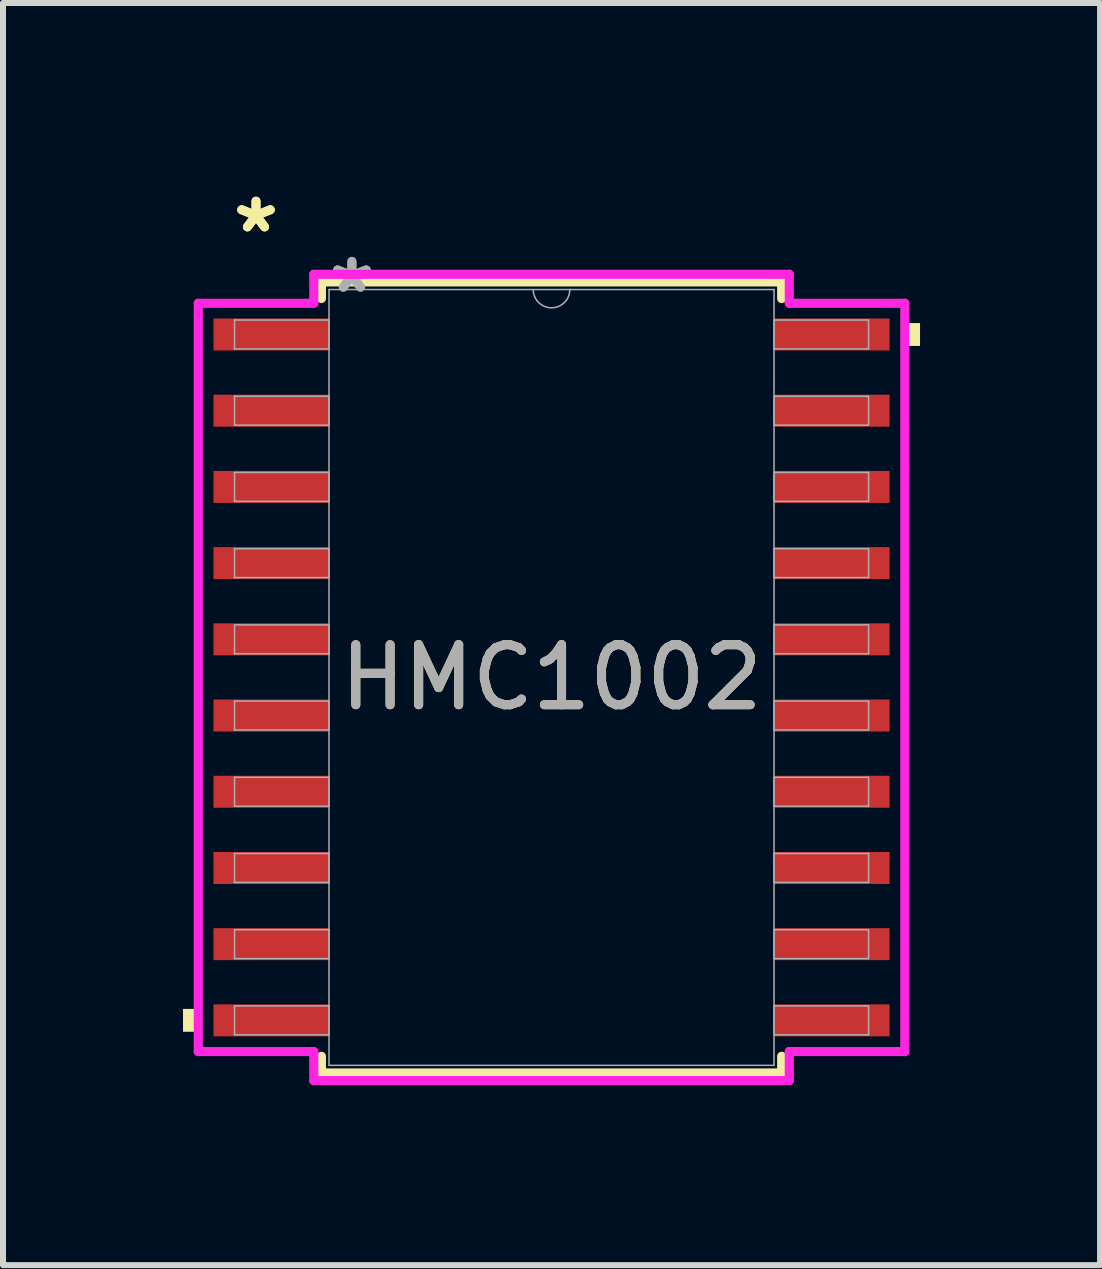
<source format=kicad_pcb>
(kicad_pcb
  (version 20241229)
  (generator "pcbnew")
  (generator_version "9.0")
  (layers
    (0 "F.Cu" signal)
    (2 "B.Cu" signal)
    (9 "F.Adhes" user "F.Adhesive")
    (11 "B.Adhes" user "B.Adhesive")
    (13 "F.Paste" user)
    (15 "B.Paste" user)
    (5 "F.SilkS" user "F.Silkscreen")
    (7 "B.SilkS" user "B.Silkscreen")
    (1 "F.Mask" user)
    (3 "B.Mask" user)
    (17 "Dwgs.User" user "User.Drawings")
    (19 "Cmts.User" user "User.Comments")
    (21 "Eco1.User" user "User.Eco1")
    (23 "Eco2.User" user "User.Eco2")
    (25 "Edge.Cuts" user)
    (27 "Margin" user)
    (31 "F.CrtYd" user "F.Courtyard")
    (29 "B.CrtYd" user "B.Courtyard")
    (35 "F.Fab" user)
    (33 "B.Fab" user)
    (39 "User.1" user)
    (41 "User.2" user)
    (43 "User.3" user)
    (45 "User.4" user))
  (footprint "HMC1002"
    (layer "F.Cu")
    (at 6.141 8.239)
    (property "Reference" "HMC1002" (at 0 0 0) (unlocked yes) (layer "F.SilkS") (effects (font (size 1 1) (thickness 0.15))))
    (attr smd)
    (fp_line (start -3.835 -6.591) (end -3.835 -6.314) (stroke (width 0.152) (type solid)) (layer "F.SilkS"))
    (fp_line (start -3.835 6.314) (end -3.835 6.591) (stroke (width 0.152) (type solid)) (layer "F.SilkS"))
    (fp_line (start -3.835 6.591) (end 3.835 6.591) (stroke (width 0.152) (type solid)) (layer "F.SilkS"))
    (fp_line (start 3.835 -6.591) (end -3.835 -6.591) (stroke (width 0.152) (type solid)) (layer "F.SilkS"))
    (fp_line (start 3.835 -6.314) (end 3.835 -6.591) (stroke (width 0.152) (type solid)) (layer "F.SilkS"))
    (fp_line (start 3.835 6.591) (end 3.835 6.314) (stroke (width 0.152) (type solid)) (layer "F.SilkS"))
    (fp_poly (pts (xy -6.141 5.524) (xy -6.141 5.905) (xy -5.887 5.905) (xy -5.887 5.524)) (stroke (width 0) (type solid)) (fill yes) (layer "F.SilkS"))
    (fp_poly (pts (xy 6.141 -5.905) (xy 6.141 -5.524) (xy 5.887 -5.524) (xy 5.887 -5.905)) (stroke (width 0) (type solid)) (fill yes) (layer "F.SilkS"))
    (fp_line (start -5.887 -6.235) (end -3.962 -6.235) (stroke (width 0.152) (type solid)) (layer "F.CrtYd"))
    (fp_line (start -5.887 6.235) (end -5.887 -6.235) (stroke (width 0.152) (type solid)) (layer "F.CrtYd"))
    (fp_line (start -5.887 6.235) (end -3.962 6.235) (stroke (width 0.152) (type solid)) (layer "F.CrtYd"))
    (fp_line (start -3.962 -6.718) (end 3.962 -6.718) (stroke (width 0.152) (type solid)) (layer "F.CrtYd"))
    (fp_line (start -3.962 -6.235) (end -3.962 -6.718) (stroke (width 0.152) (type solid)) (layer "F.CrtYd"))
    (fp_line (start -3.962 6.718) (end -3.962 6.235) (stroke (width 0.152) (type solid)) (layer "F.CrtYd"))
    (fp_line (start 3.962 -6.718) (end 3.962 -6.235) (stroke (width 0.152) (type solid)) (layer "F.CrtYd"))
    (fp_line (start 3.962 6.235) (end 3.962 6.718) (stroke (width 0.152) (type solid)) (layer "F.CrtYd"))
    (fp_line (start 3.962 6.718) (end -3.962 6.718) (stroke (width 0.152) (type solid)) (layer "F.CrtYd"))
    (fp_line (start 5.887 -6.235) (end 3.962 -6.235) (stroke (width 0.152) (type solid)) (layer "F.CrtYd"))
    (fp_line (start 5.887 -6.235) (end 5.887 6.235) (stroke (width 0.152) (type solid)) (layer "F.CrtYd"))
    (fp_line (start 5.887 6.235) (end 3.962 6.235) (stroke (width 0.152) (type solid)) (layer "F.CrtYd"))
    (fp_line (start -5.283 -5.956) (end -5.283 -5.474) (stroke (width 0.025) (type solid)) (layer "F.Fab"))
    (fp_line (start -5.283 -5.474) (end -3.708 -5.474) (stroke (width 0.025) (type solid)) (layer "F.Fab"))
    (fp_line (start -5.283 -4.686) (end -5.283 -4.204) (stroke (width 0.025) (type solid)) (layer "F.Fab"))
    (fp_line (start -5.283 -4.204) (end -3.708 -4.204) (stroke (width 0.025) (type solid)) (layer "F.Fab"))
    (fp_line (start -5.283 -3.416) (end -5.283 -2.934) (stroke (width 0.025) (type solid)) (layer "F.Fab"))
    (fp_line (start -5.283 -2.934) (end -3.708 -2.934) (stroke (width 0.025) (type solid)) (layer "F.Fab"))
    (fp_line (start -5.283 -2.146) (end -5.283 -1.664) (stroke (width 0.025) (type solid)) (layer "F.Fab"))
    (fp_line (start -5.283 -1.664) (end -3.708 -1.664) (stroke (width 0.025) (type solid)) (layer "F.Fab"))
    (fp_line (start -5.283 -0.876) (end -5.283 -0.394) (stroke (width 0.025) (type solid)) (layer "F.Fab"))
    (fp_line (start -5.283 -0.394) (end -3.708 -0.394) (stroke (width 0.025) (type solid)) (layer "F.Fab"))
    (fp_line (start -5.283 0.394) (end -5.283 0.876) (stroke (width 0.025) (type solid)) (layer "F.Fab"))
    (fp_line (start -5.283 0.876) (end -3.708 0.876) (stroke (width 0.025) (type solid)) (layer "F.Fab"))
    (fp_line (start -5.283 1.664) (end -5.283 2.146) (stroke (width 0.025) (type solid)) (layer "F.Fab"))
    (fp_line (start -5.283 2.146) (end -3.708 2.146) (stroke (width 0.025) (type solid)) (layer "F.Fab"))
    (fp_line (start -5.283 2.934) (end -5.283 3.416) (stroke (width 0.025) (type solid)) (layer "F.Fab"))
    (fp_line (start -5.283 3.416) (end -3.708 3.416) (stroke (width 0.025) (type solid)) (layer "F.Fab"))
    (fp_line (start -5.283 4.204) (end -5.283 4.686) (stroke (width 0.025) (type solid)) (layer "F.Fab"))
    (fp_line (start -5.283 4.686) (end -3.708 4.686) (stroke (width 0.025) (type solid)) (layer "F.Fab"))
    (fp_line (start -5.283 5.474) (end -5.283 5.956) (stroke (width 0.025) (type solid)) (layer "F.Fab"))
    (fp_line (start -5.283 5.956) (end -3.708 5.956) (stroke (width 0.025) (type solid)) (layer "F.Fab"))
    (fp_line (start -3.708 -6.464) (end -3.708 6.464) (stroke (width 0.025) (type solid)) (layer "F.Fab"))
    (fp_line (start -3.708 -5.956) (end -5.283 -5.956) (stroke (width 0.025) (type solid)) (layer "F.Fab"))
    (fp_line (start -3.708 -5.474) (end -3.708 -5.956) (stroke (width 0.025) (type solid)) (layer "F.Fab"))
    (fp_line (start -3.708 -4.686) (end -5.283 -4.686) (stroke (width 0.025) (type solid)) (layer "F.Fab"))
    (fp_line (start -3.708 -4.204) (end -3.708 -4.686) (stroke (width 0.025) (type solid)) (layer "F.Fab"))
    (fp_line (start -3.708 -3.416) (end -5.283 -3.416) (stroke (width 0.025) (type solid)) (layer "F.Fab"))
    (fp_line (start -3.708 -2.934) (end -3.708 -3.416) (stroke (width 0.025) (type solid)) (layer "F.Fab"))
    (fp_line (start -3.708 -2.146) (end -5.283 -2.146) (stroke (width 0.025) (type solid)) (layer "F.Fab"))
    (fp_line (start -3.708 -1.664) (end -3.708 -2.146) (stroke (width 0.025) (type solid)) (layer "F.Fab"))
    (fp_line (start -3.708 -0.876) (end -5.283 -0.876) (stroke (width 0.025) (type solid)) (layer "F.Fab"))
    (fp_line (start -3.708 -0.394) (end -3.708 -0.876) (stroke (width 0.025) (type solid)) (layer "F.Fab"))
    (fp_line (start -3.708 0.394) (end -5.283 0.394) (stroke (width 0.025) (type solid)) (layer "F.Fab"))
    (fp_line (start -3.708 0.876) (end -3.708 0.394) (stroke (width 0.025) (type solid)) (layer "F.Fab"))
    (fp_line (start -3.708 1.664) (end -5.283 1.664) (stroke (width 0.025) (type solid)) (layer "F.Fab"))
    (fp_line (start -3.708 2.146) (end -3.708 1.664) (stroke (width 0.025) (type solid)) (layer "F.Fab"))
    (fp_line (start -3.708 2.934) (end -5.283 2.934) (stroke (width 0.025) (type solid)) (layer "F.Fab"))
    (fp_line (start -3.708 3.416) (end -3.708 2.934) (stroke (width 0.025) (type solid)) (layer "F.Fab"))
    (fp_line (start -3.708 4.204) (end -5.283 4.204) (stroke (width 0.025) (type solid)) (layer "F.Fab"))
    (fp_line (start -3.708 4.686) (end -3.708 4.204) (stroke (width 0.025) (type solid)) (layer "F.Fab"))
    (fp_line (start -3.708 5.474) (end -5.283 5.474) (stroke (width 0.025) (type solid)) (layer "F.Fab"))
    (fp_line (start -3.708 5.956) (end -3.708 5.474) (stroke (width 0.025) (type solid)) (layer "F.Fab"))
    (fp_line (start -3.708 6.464) (end 3.708 6.464) (stroke (width 0.025) (type solid)) (layer "F.Fab"))
    (fp_line (start 3.708 -6.464) (end -3.708 -6.464) (stroke (width 0.025) (type solid)) (layer "F.Fab"))
    (fp_line (start 3.708 -5.956) (end 3.708 -5.474) (stroke (width 0.025) (type solid)) (layer "F.Fab"))
    (fp_line (start 3.708 -5.474) (end 5.283 -5.474) (stroke (width 0.025) (type solid)) (layer "F.Fab"))
    (fp_line (start 3.708 -4.686) (end 3.708 -4.204) (stroke (width 0.025) (type solid)) (layer "F.Fab"))
    (fp_line (start 3.708 -4.204) (end 5.283 -4.204) (stroke (width 0.025) (type solid)) (layer "F.Fab"))
    (fp_line (start 3.708 -3.416) (end 3.708 -2.934) (stroke (width 0.025) (type solid)) (layer "F.Fab"))
    (fp_line (start 3.708 -2.934) (end 5.283 -2.934) (stroke (width 0.025) (type solid)) (layer "F.Fab"))
    (fp_line (start 3.708 -2.146) (end 3.708 -1.664) (stroke (width 0.025) (type solid)) (layer "F.Fab"))
    (fp_line (start 3.708 -1.664) (end 5.283 -1.664) (stroke (width 0.025) (type solid)) (layer "F.Fab"))
    (fp_line (start 3.708 -0.876) (end 3.708 -0.394) (stroke (width 0.025) (type solid)) (layer "F.Fab"))
    (fp_line (start 3.708 -0.394) (end 5.283 -0.394) (stroke (width 0.025) (type solid)) (layer "F.Fab"))
    (fp_line (start 3.708 0.394) (end 3.708 0.876) (stroke (width 0.025) (type solid)) (layer "F.Fab"))
    (fp_line (start 3.708 0.876) (end 5.283 0.876) (stroke (width 0.025) (type solid)) (layer "F.Fab"))
    (fp_line (start 3.708 1.664) (end 3.708 2.146) (stroke (width 0.025) (type solid)) (layer "F.Fab"))
    (fp_line (start 3.708 2.146) (end 5.283 2.146) (stroke (width 0.025) (type solid)) (layer "F.Fab"))
    (fp_line (start 3.708 2.934) (end 3.708 3.416) (stroke (width 0.025) (type solid)) (layer "F.Fab"))
    (fp_line (start 3.708 3.416) (end 5.283 3.416) (stroke (width 0.025) (type solid)) (layer "F.Fab"))
    (fp_line (start 3.708 4.204) (end 3.708 4.686) (stroke (width 0.025) (type solid)) (layer "F.Fab"))
    (fp_line (start 3.708 4.686) (end 5.283 4.686) (stroke (width 0.025) (type solid)) (layer "F.Fab"))
    (fp_line (start 3.708 5.474) (end 3.708 5.956) (stroke (width 0.025) (type solid)) (layer "F.Fab"))
    (fp_line (start 3.708 5.956) (end 5.283 5.956) (stroke (width 0.025) (type solid)) (layer "F.Fab"))
    (fp_line (start 3.708 6.464) (end 3.708 -6.464) (stroke (width 0.025) (type solid)) (layer "F.Fab"))
    (fp_line (start 5.283 -5.956) (end 3.708 -5.956) (stroke (width 0.025) (type solid)) (layer "F.Fab"))
    (fp_line (start 5.283 -5.474) (end 5.283 -5.956) (stroke (width 0.025) (type solid)) (layer "F.Fab"))
    (fp_line (start 5.283 -4.686) (end 3.708 -4.686) (stroke (width 0.025) (type solid)) (layer "F.Fab"))
    (fp_line (start 5.283 -4.204) (end 5.283 -4.686) (stroke (width 0.025) (type solid)) (layer "F.Fab"))
    (fp_line (start 5.283 -3.416) (end 3.708 -3.416) (stroke (width 0.025) (type solid)) (layer "F.Fab"))
    (fp_line (start 5.283 -2.934) (end 5.283 -3.416) (stroke (width 0.025) (type solid)) (layer "F.Fab"))
    (fp_line (start 5.283 -2.146) (end 3.708 -2.146) (stroke (width 0.025) (type solid)) (layer "F.Fab"))
    (fp_line (start 5.283 -1.664) (end 5.283 -2.146) (stroke (width 0.025) (type solid)) (layer "F.Fab"))
    (fp_line (start 5.283 -0.876) (end 3.708 -0.876) (stroke (width 0.025) (type solid)) (layer "F.Fab"))
    (fp_line (start 5.283 -0.394) (end 5.283 -0.876) (stroke (width 0.025) (type solid)) (layer "F.Fab"))
    (fp_line (start 5.283 0.394) (end 3.708 0.394) (stroke (width 0.025) (type solid)) (layer "F.Fab"))
    (fp_line (start 5.283 0.876) (end 5.283 0.394) (stroke (width 0.025) (type solid)) (layer "F.Fab"))
    (fp_line (start 5.283 1.664) (end 3.708 1.664) (stroke (width 0.025) (type solid)) (layer "F.Fab"))
    (fp_line (start 5.283 2.146) (end 5.283 1.664) (stroke (width 0.025) (type solid)) (layer "F.Fab"))
    (fp_line (start 5.283 2.934) (end 3.708 2.934) (stroke (width 0.025) (type solid)) (layer "F.Fab"))
    (fp_line (start 5.283 3.416) (end 5.283 2.934) (stroke (width 0.025) (type solid)) (layer "F.Fab"))
    (fp_line (start 5.283 4.204) (end 3.708 4.204) (stroke (width 0.025) (type solid)) (layer "F.Fab"))
    (fp_line (start 5.283 4.686) (end 5.283 4.204) (stroke (width 0.025) (type solid)) (layer "F.Fab"))
    (fp_line (start 5.283 5.474) (end 3.708 5.474) (stroke (width 0.025) (type solid)) (layer "F.Fab"))
    (fp_line (start 5.283 5.956) (end 5.283 5.474) (stroke (width 0.025) (type solid)) (layer "F.Fab"))
    (fp_arc (start 0.3048 -6.4643) (mid 0 -6.1595) (end -0.3048 -6.4643) (stroke (width 0.0254) (type solid)) (layer "F.Fab"))
    (fp_text user "*" (at -4.925 -7.391 0) (layer "F.SilkS") (effects (font (size 1 1) (thickness 0.15))))
    (fp_text user "*" (at -4.925 -7.391 0) (unlocked yes) (layer "F.SilkS") (effects (font (size 1 1) (thickness 0.15))))
    (fp_text user "${REFERENCE}" (at 0 0 0) (unlocked yes) (layer "F.Fab") (effects (font (size 1 1) (thickness 0.15))))
    (fp_text user "*" (at -3.327 -6.388 0) (layer "F.Fab") (effects (font (size 1 1) (thickness 0.15))))
    (fp_text user "*" (at -3.327 -6.388 0) (unlocked yes) (layer "F.Fab") (effects (font (size 1 1) (thickness 0.15))))
    (pad "1" smd rect (at -4.671 -5.715) (size 1.925 0.533) (layers "F.Cu" "F.Mask" "F.Paste"))
    (pad "2" smd rect (at -4.671 -4.445) (size 1.925 0.533) (layers "F.Cu" "F.Mask" "F.Paste"))
    (pad "3" smd rect (at -4.671 -3.175) (size 1.925 0.533) (layers "F.Cu" "F.Mask" "F.Paste"))
    (pad "4" smd rect (at -4.671 -1.905) (size 1.925 0.533) (layers "F.Cu" "F.Mask" "F.Paste"))
    (pad "5" smd rect (at -4.671 -0.635) (size 1.925 0.533) (layers "F.Cu" "F.Mask" "F.Paste"))
    (pad "6" smd rect (at -4.671 0.635) (size 1.925 0.533) (layers "F.Cu" "F.Mask" "F.Paste"))
    (pad "7" smd rect (at -4.671 1.905) (size 1.925 0.533) (layers "F.Cu" "F.Mask" "F.Paste"))
    (pad "8" smd rect (at -4.671 3.175) (size 1.925 0.533) (layers "F.Cu" "F.Mask" "F.Paste"))
    (pad "9" smd rect (at -4.671 4.445) (size 1.925 0.533) (layers "F.Cu" "F.Mask" "F.Paste"))
    (pad "10" smd rect (at -4.671 5.715) (size 1.925 0.533) (layers "F.Cu" "F.Mask" "F.Paste"))
    (pad "11" smd rect (at 4.671 5.715) (size 1.925 0.533) (layers "F.Cu" "F.Mask" "F.Paste"))
    (pad "12" smd rect (at 4.671 4.445) (size 1.925 0.533) (layers "F.Cu" "F.Mask" "F.Paste"))
    (pad "13" smd rect (at 4.671 3.175) (size 1.925 0.533) (layers "F.Cu" "F.Mask" "F.Paste"))
    (pad "14" smd rect (at 4.671 1.905) (size 1.925 0.533) (layers "F.Cu" "F.Mask" "F.Paste"))
    (pad "15" smd rect (at 4.671 0.635) (size 1.925 0.533) (layers "F.Cu" "F.Mask" "F.Paste"))
    (pad "16" smd rect (at 4.671 -0.635) (size 1.925 0.533) (layers "F.Cu" "F.Mask" "F.Paste"))
    (pad "17" smd rect (at 4.671 -1.905) (size 1.925 0.533) (layers "F.Cu" "F.Mask" "F.Paste"))
    (pad "18" smd rect (at 4.671 -3.175) (size 1.925 0.533) (layers "F.Cu" "F.Mask" "F.Paste"))
    (pad "19" smd rect (at 4.671 -4.445) (size 1.925 0.533) (layers "F.Cu" "F.Mask" "F.Paste"))
    (pad "20" smd rect (at 4.671 -5.715) (size 1.925 0.533) (layers "F.Cu" "F.Mask" "F.Paste")))
  (gr_rect
    (start -3 -3)
    (end 15.282 18.033)
    (stroke (width 0.1) (type default))
    (fill no)
    (layer "Edge.Cuts")))
</source>
